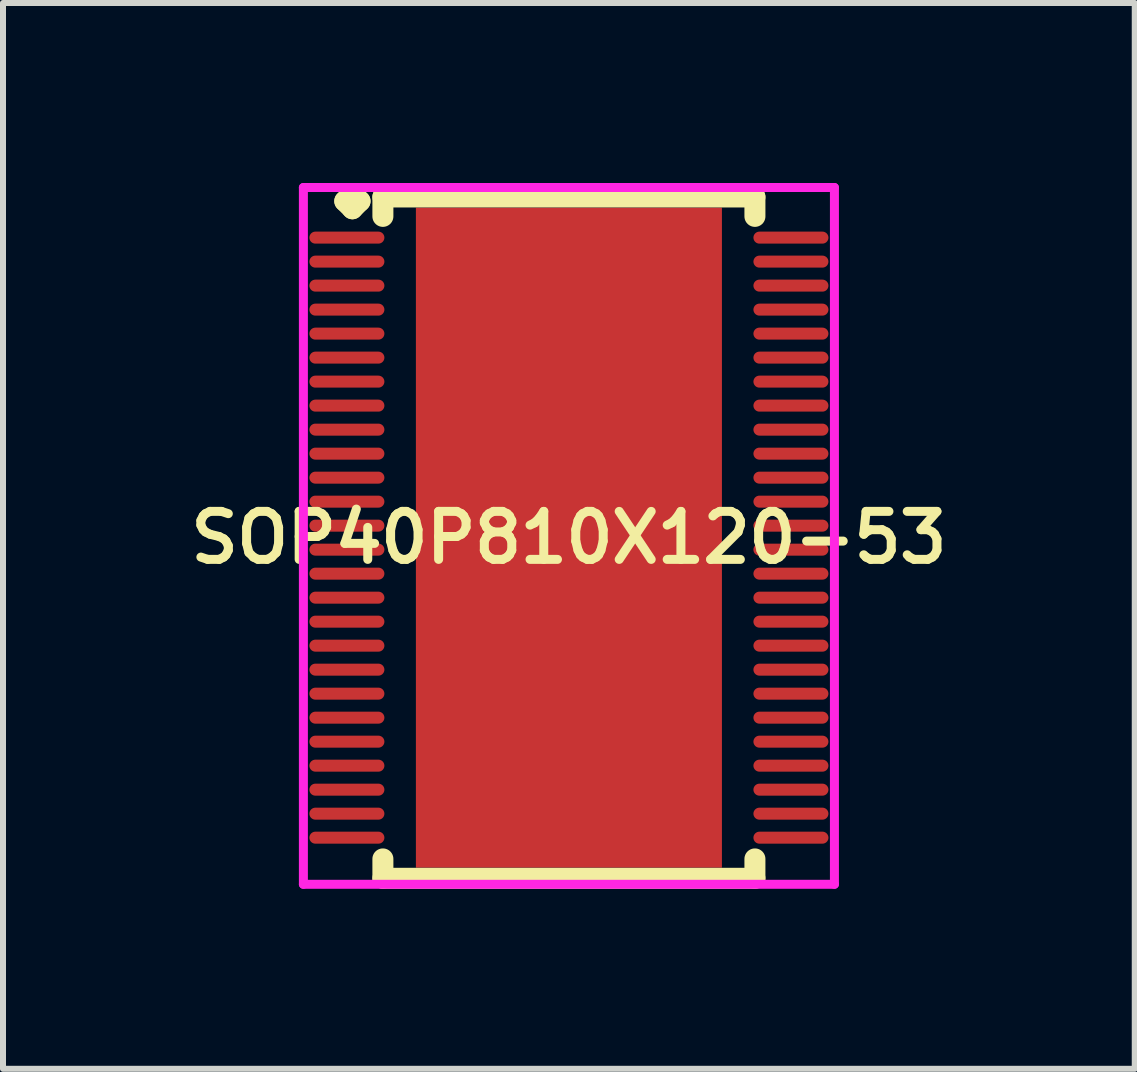
<source format=kicad_pcb>
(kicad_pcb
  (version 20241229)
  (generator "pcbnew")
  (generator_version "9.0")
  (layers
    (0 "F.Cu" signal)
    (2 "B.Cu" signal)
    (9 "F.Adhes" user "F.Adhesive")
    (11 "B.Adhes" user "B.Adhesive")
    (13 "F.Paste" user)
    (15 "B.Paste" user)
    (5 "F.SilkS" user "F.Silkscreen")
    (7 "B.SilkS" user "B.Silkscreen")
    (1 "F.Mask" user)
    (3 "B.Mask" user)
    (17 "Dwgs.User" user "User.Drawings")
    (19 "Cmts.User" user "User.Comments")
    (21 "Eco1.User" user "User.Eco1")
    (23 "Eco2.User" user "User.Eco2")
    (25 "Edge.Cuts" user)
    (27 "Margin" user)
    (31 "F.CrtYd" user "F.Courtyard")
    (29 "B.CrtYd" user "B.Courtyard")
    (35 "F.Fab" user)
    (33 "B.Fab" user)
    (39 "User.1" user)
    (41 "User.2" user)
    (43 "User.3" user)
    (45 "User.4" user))
  (footprint "SOP40P810X120-53"
    (layer "F.Cu")
    (at 6.431 5.91)
    (property "Reference" "SOP40P810X120-53" (at 0 0 0) (layer "F.SilkS") (effects (font (size 0.8 0.8) (thickness 0.15))))
    (attr through_hole)
    (fp_line (start -3.735 -5.608) (end -3.608 -5.735) (stroke (width 0.35) (type solid)) (layer "F.SilkS"))
    (fp_line (start -3.608 -5.735) (end -3.481 -5.608) (stroke (width 0.35) (type solid)) (layer "F.SilkS"))
    (fp_line (start -3.608 -5.481) (end -3.735 -5.608) (stroke (width 0.35) (type solid)) (layer "F.SilkS"))
    (fp_line (start -3.481 -5.608) (end -3.608 -5.481) (stroke (width 0.35) (type solid)) (layer "F.SilkS"))
    (fp_line (start -3.1 -5.677) (end 3.1 -5.677) (stroke (width 0.35) (type solid)) (layer "F.SilkS"))
    (fp_line (start -3.1 -5.354) (end -3.1 -5.677) (stroke (width 0.35) (type solid)) (layer "F.SilkS"))
    (fp_line (start -3.1 5.354) (end -3.1 5.677) (stroke (width 0.35) (type solid)) (layer "F.SilkS"))
    (fp_line (start -3.1 5.677) (end 3.1 5.677) (stroke (width 0.35) (type solid)) (layer "F.SilkS"))
    (fp_line (start 3.1 -5.677) (end 3.1 -5.354) (stroke (width 0.35) (type solid)) (layer "F.SilkS"))
    (fp_line (start 3.1 5.677) (end 3.1 5.354) (stroke (width 0.35) (type solid)) (layer "F.SilkS"))
    (fp_line (start -4.425 -5.835) (end 4.425 -5.835) (stroke (width 0.15) (type solid)) (layer "F.CrtYd"))
    (fp_line (start -4.425 5.777) (end -4.425 -5.835) (stroke (width 0.15) (type solid)) (layer "F.CrtYd"))
    (fp_line (start 4.425 -5.835) (end 4.425 5.777) (stroke (width 0.15) (type solid)) (layer "F.CrtYd"))
    (fp_line (start 4.425 5.777) (end -4.425 5.777) (stroke (width 0.15) (type solid)) (layer "F.CrtYd"))
    (pad "1" smd oval (at -3.7 -5) (size 1.25 0.2) (layers "F.Cu" "F.Mask" "F.Paste"))
    (pad "2" smd oval (at -3.7 -4.6) (size 1.25 0.2) (layers "F.Cu" "F.Mask" "F.Paste"))
    (pad "3" smd oval (at -3.7 -4.2) (size 1.25 0.2) (layers "F.Cu" "F.Mask" "F.Paste"))
    (pad "4" smd oval (at -3.7 -3.8) (size 1.25 0.2) (layers "F.Cu" "F.Mask" "F.Paste"))
    (pad "5" smd oval (at -3.7 -3.4) (size 1.25 0.2) (layers "F.Cu" "F.Mask" "F.Paste"))
    (pad "6" smd oval (at -3.7 -3) (size 1.25 0.2) (layers "F.Cu" "F.Mask" "F.Paste"))
    (pad "7" smd oval (at -3.7 -2.6) (size 1.25 0.2) (layers "F.Cu" "F.Mask" "F.Paste"))
    (pad "8" smd oval (at -3.7 -2.2) (size 1.25 0.2) (layers "F.Cu" "F.Mask" "F.Paste"))
    (pad "9" smd oval (at -3.7 -1.8) (size 1.25 0.2) (layers "F.Cu" "F.Mask" "F.Paste"))
    (pad "10" smd oval (at -3.7 -1.4) (size 1.25 0.2) (layers "F.Cu" "F.Mask" "F.Paste"))
    (pad "11" smd oval (at -3.7 -1) (size 1.25 0.2) (layers "F.Cu" "F.Mask" "F.Paste"))
    (pad "12" smd oval (at -3.7 -0.6) (size 1.25 0.2) (layers "F.Cu" "F.Mask" "F.Paste"))
    (pad "13" smd oval (at -3.7 -0.2) (size 1.25 0.2) (layers "F.Cu" "F.Mask" "F.Paste"))
    (pad "14" smd oval (at -3.7 0.2) (size 1.25 0.2) (layers "F.Cu" "F.Mask" "F.Paste"))
    (pad "15" smd oval (at -3.7 0.6) (size 1.25 0.2) (layers "F.Cu" "F.Mask" "F.Paste"))
    (pad "16" smd oval (at -3.7 1) (size 1.25 0.2) (layers "F.Cu" "F.Mask" "F.Paste"))
    (pad "17" smd oval (at -3.7 1.4) (size 1.25 0.2) (layers "F.Cu" "F.Mask" "F.Paste"))
    (pad "18" smd oval (at -3.7 1.8) (size 1.25 0.2) (layers "F.Cu" "F.Mask" "F.Paste"))
    (pad "19" smd oval (at -3.7 2.2) (size 1.25 0.2) (layers "F.Cu" "F.Mask" "F.Paste"))
    (pad "20" smd oval (at -3.7 2.6) (size 1.25 0.2) (layers "F.Cu" "F.Mask" "F.Paste"))
    (pad "21" smd oval (at -3.7 3) (size 1.25 0.2) (layers "F.Cu" "F.Mask" "F.Paste"))
    (pad "22" smd oval (at -3.7 3.4) (size 1.25 0.2) (layers "F.Cu" "F.Mask" "F.Paste"))
    (pad "23" smd oval (at -3.7 3.8) (size 1.25 0.2) (layers "F.Cu" "F.Mask" "F.Paste"))
    (pad "24" smd oval (at -3.7 4.2) (size 1.25 0.2) (layers "F.Cu" "F.Mask" "F.Paste"))
    (pad "25" smd oval (at -3.7 4.6) (size 1.25 0.2) (layers "F.Cu" "F.Mask" "F.Paste"))
    (pad "26" smd oval (at -3.7 5) (size 1.25 0.2) (layers "F.Cu" "F.Mask" "F.Paste"))
    (pad "27" smd oval (at 3.7 5) (size 1.25 0.2) (layers "F.Cu" "F.Mask" "F.Paste"))
    (pad "28" smd oval (at 3.7 4.6) (size 1.25 0.2) (layers "F.Cu" "F.Mask" "F.Paste"))
    (pad "29" smd oval (at 3.7 4.2) (size 1.25 0.2) (layers "F.Cu" "F.Mask" "F.Paste"))
    (pad "30" smd oval (at 3.7 3.8) (size 1.25 0.2) (layers "F.Cu" "F.Mask" "F.Paste"))
    (pad "31" smd oval (at 3.7 3.4) (size 1.25 0.2) (layers "F.Cu" "F.Mask" "F.Paste"))
    (pad "32" smd oval (at 3.7 3) (size 1.25 0.2) (layers "F.Cu" "F.Mask" "F.Paste"))
    (pad "33" smd oval (at 3.7 2.6) (size 1.25 0.2) (layers "F.Cu" "F.Mask" "F.Paste"))
    (pad "34" smd oval (at 3.7 2.2) (size 1.25 0.2) (layers "F.Cu" "F.Mask" "F.Paste"))
    (pad "35" smd oval (at 3.7 1.8) (size 1.25 0.2) (layers "F.Cu" "F.Mask" "F.Paste"))
    (pad "36" smd oval (at 3.7 1.4) (size 1.25 0.2) (layers "F.Cu" "F.Mask" "F.Paste"))
    (pad "37" smd oval (at 3.7 1) (size 1.25 0.2) (layers "F.Cu" "F.Mask" "F.Paste"))
    (pad "38" smd oval (at 3.7 0.6) (size 1.25 0.2) (layers "F.Cu" "F.Mask" "F.Paste"))
    (pad "39" smd oval (at 3.7 0.2) (size 1.25 0.2) (layers "F.Cu" "F.Mask" "F.Paste"))
    (pad "40" smd oval (at 3.7 -0.2) (size 1.25 0.2) (layers "F.Cu" "F.Mask" "F.Paste"))
    (pad "41" smd oval (at 3.7 -0.6) (size 1.25 0.2) (layers "F.Cu" "F.Mask" "F.Paste"))
    (pad "42" smd oval (at 3.7 -1) (size 1.25 0.2) (layers "F.Cu" "F.Mask" "F.Paste"))
    (pad "43" smd oval (at 3.7 -1.4) (size 1.25 0.2) (layers "F.Cu" "F.Mask" "F.Paste"))
    (pad "44" smd oval (at 3.7 -1.8) (size 1.25 0.2) (layers "F.Cu" "F.Mask" "F.Paste"))
    (pad "45" smd oval (at 3.7 -2.2) (size 1.25 0.2) (layers "F.Cu" "F.Mask" "F.Paste"))
    (pad "46" smd oval (at 3.7 -2.6) (size 1.25 0.2) (layers "F.Cu" "F.Mask" "F.Paste"))
    (pad "47" smd oval (at 3.7 -3) (size 1.25 0.2) (layers "F.Cu" "F.Mask" "F.Paste"))
    (pad "48" smd oval (at 3.7 -3.4) (size 1.25 0.2) (layers "F.Cu" "F.Mask" "F.Paste"))
    (pad "49" smd oval (at 3.7 -3.8) (size 1.25 0.2) (layers "F.Cu" "F.Mask" "F.Paste"))
    (pad "50" smd oval (at 3.7 -4.2) (size 1.25 0.2) (layers "F.Cu" "F.Mask" "F.Paste"))
    (pad "51" smd oval (at 3.7 -4.6) (size 1.25 0.2) (layers "F.Cu" "F.Mask" "F.Paste"))
    (pad "52" smd oval (at 3.7 -5) (size 1.25 0.2) (layers "F.Cu" "F.Mask" "F.Paste"))
    (pad "53" smd rect (at 0 0) (size 5.1 11) (layers "F.Cu" "F.Mask" "F.Paste")))
  (gr_rect
    (start -3 -3)
    (end 15.861 14.762)
    (stroke (width 0.1) (type default))
    (fill no)
    (layer "Edge.Cuts")))
</source>
